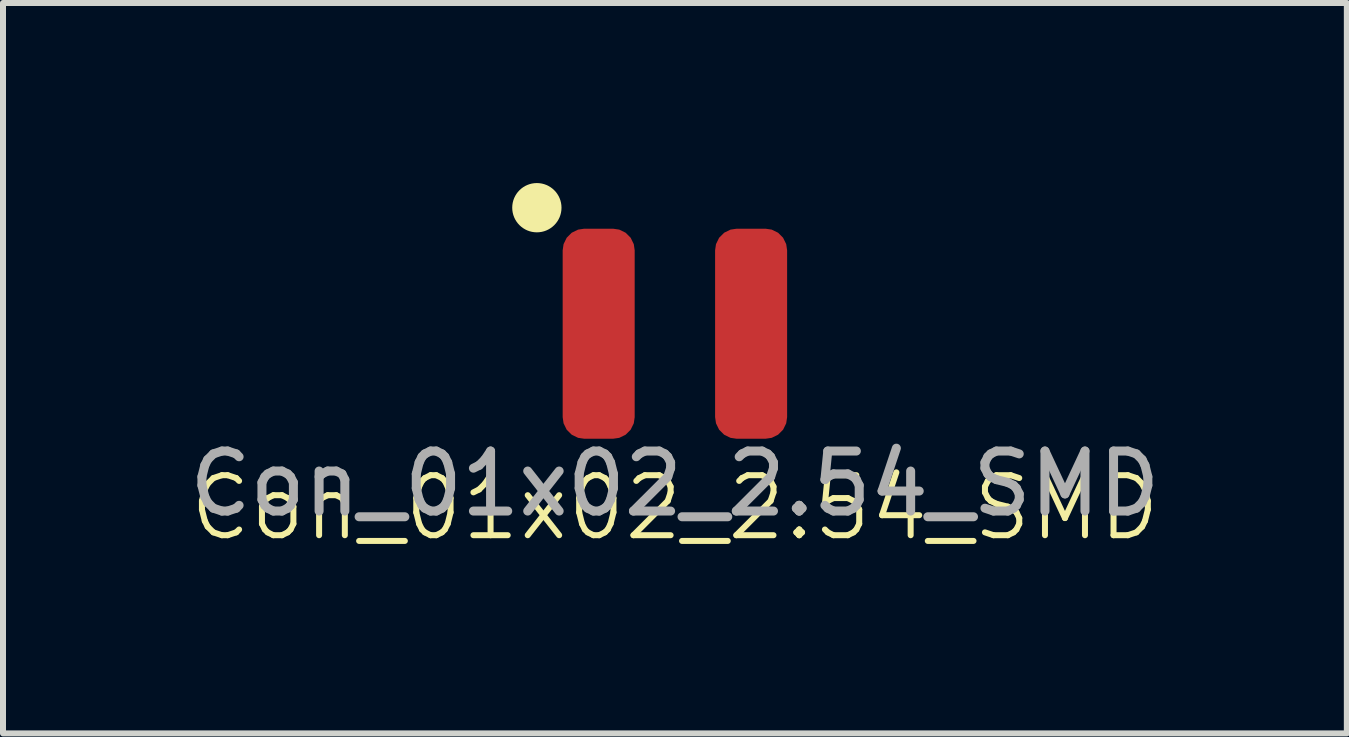
<source format=kicad_pcb>
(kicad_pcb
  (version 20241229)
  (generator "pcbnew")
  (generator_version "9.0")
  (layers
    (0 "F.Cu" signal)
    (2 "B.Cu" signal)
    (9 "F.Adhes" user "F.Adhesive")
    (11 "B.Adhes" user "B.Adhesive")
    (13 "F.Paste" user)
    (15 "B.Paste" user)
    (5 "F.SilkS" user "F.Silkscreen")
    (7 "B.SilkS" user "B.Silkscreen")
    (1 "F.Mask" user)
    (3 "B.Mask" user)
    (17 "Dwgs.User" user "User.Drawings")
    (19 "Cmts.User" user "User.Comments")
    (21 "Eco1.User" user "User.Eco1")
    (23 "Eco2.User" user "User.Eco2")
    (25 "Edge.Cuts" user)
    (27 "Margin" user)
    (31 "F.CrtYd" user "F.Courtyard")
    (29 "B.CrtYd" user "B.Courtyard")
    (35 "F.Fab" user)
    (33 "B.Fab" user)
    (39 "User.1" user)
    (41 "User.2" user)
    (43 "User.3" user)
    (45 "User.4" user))
  (footprint "Con_01x02_2.54_SMD"
    (layer "F.Cu")
    (at 8.196 2.511)
    (property "Reference" "Con_01x02_2.54_SMD" (at 0 2.9 0) (unlocked yes) (layer "F.SilkS") (effects (font (size 1 1) (thickness 0.1))))
    (attr smd)
    (fp_circle (center -2.3 -2.1) (end -2.5 -2.4) (stroke (width 0.1) (type default)) (fill yes) (layer "F.SilkS"))
    (fp_text user "${REFERENCE}" (at 0 2.5 0) (unlocked yes) (layer "F.Fab") (effects (font (size 1 1) (thickness 0.15))))
    (pad "1" smd roundrect (at -1.27 0) (size 1.2 3.5) (layers "F.Cu" "F.Mask" "F.Paste") (roundrect_rratio 0.3))
    (pad "2" smd roundrect (at 1.27 0) (size 1.2 3.5) (layers "F.Cu" "F.Mask" "F.Paste") (roundrect_rratio 0.3)))
  (gr_rect
    (start -3 -3)
    (end 19.393 9.171)
    (stroke (width 0.1) (type default))
    (fill no)
    (layer "Edge.Cuts")))
</source>
